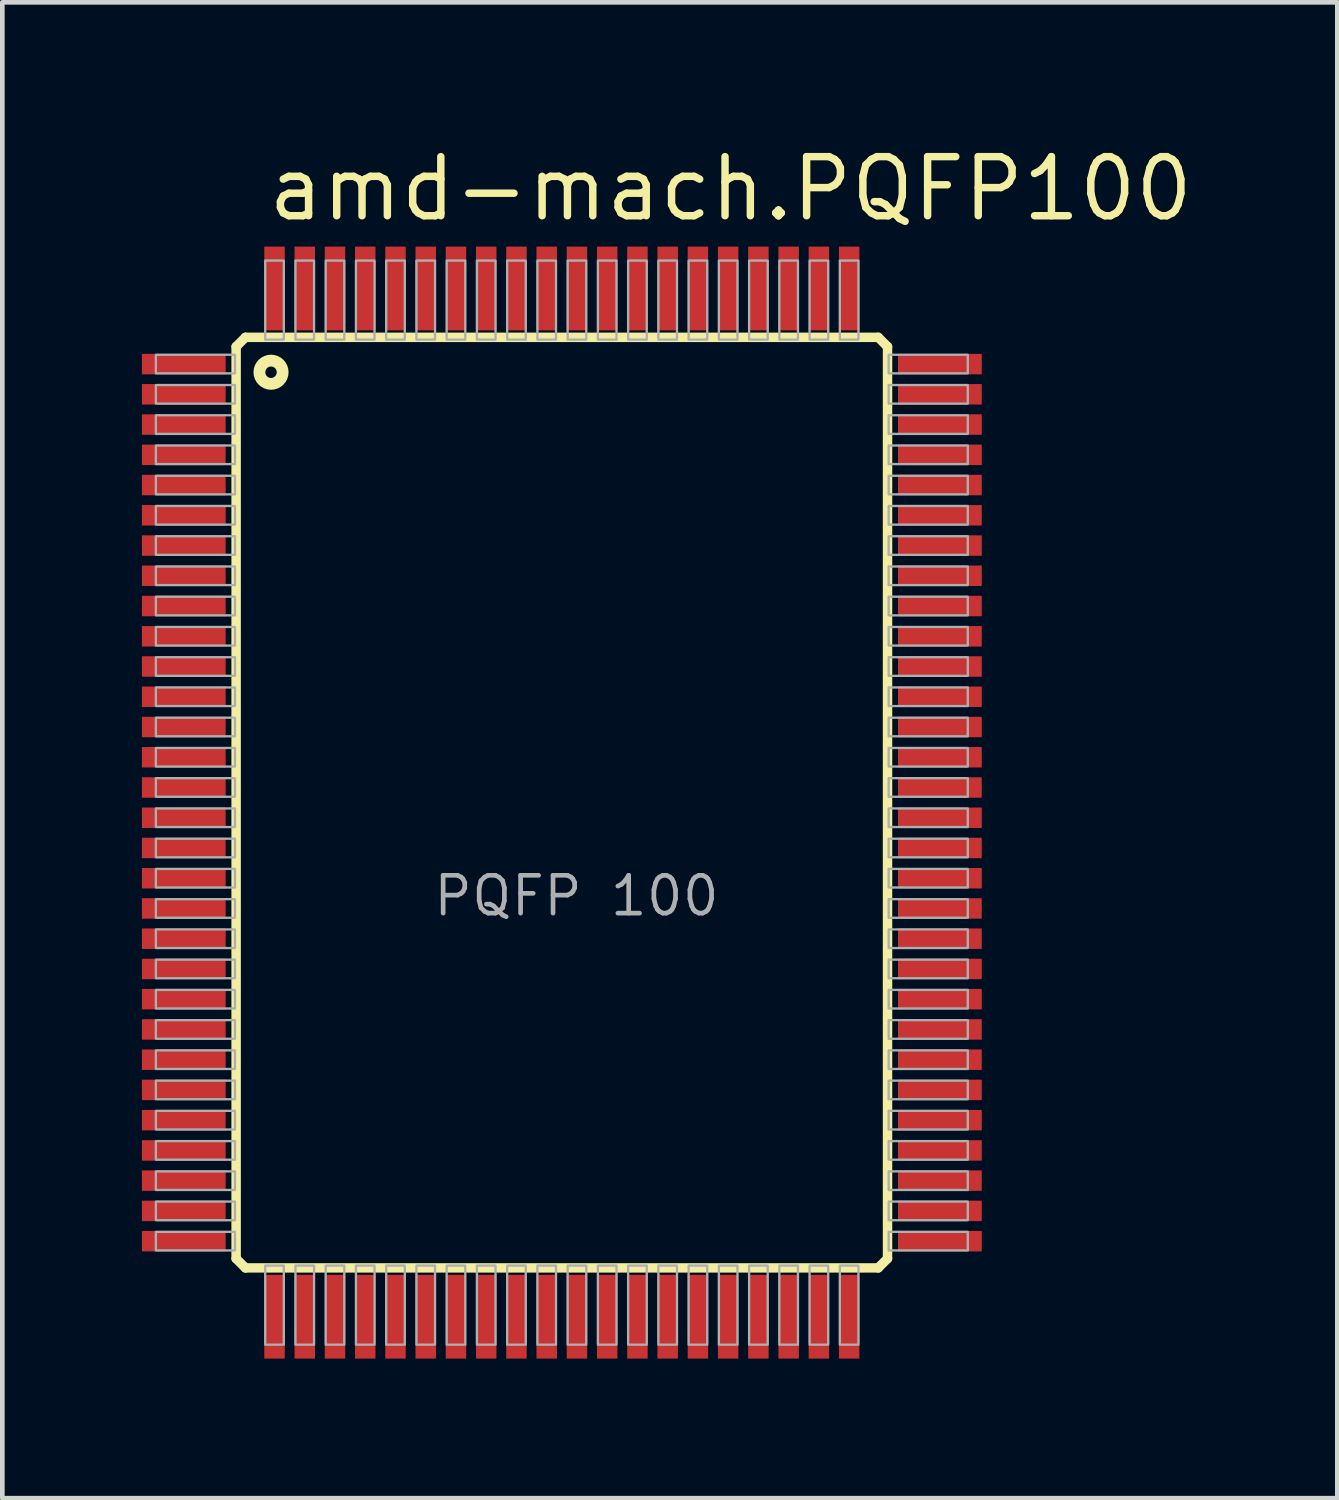
<source format=kicad_pcb>
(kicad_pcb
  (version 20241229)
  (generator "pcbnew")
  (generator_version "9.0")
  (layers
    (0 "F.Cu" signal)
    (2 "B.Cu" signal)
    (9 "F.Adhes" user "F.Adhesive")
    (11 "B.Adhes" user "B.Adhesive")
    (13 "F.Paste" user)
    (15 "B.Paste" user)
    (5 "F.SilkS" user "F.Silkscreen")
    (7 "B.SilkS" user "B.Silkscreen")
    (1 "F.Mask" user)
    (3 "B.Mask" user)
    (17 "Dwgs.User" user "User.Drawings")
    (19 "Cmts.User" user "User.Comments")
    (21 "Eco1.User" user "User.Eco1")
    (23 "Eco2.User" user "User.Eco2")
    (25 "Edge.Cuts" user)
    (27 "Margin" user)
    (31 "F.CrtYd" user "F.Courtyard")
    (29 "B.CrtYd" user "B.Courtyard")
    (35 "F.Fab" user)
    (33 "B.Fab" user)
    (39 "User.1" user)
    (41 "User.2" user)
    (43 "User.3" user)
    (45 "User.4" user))
  (footprint "amd-mach.PQFP100"
    (layer "F.Cu")
    (at 9.025 14.2)
    (property "Reference" "amd-mach.PQFP100" (at -6.395 -12.45 0) (layer "F.SilkS") (effects (font (size 1.27 1.27) (thickness 0.16)) (justify left bottom)))
    (attr smd)
    (fp_line (start -7 -9.8) (end -6.8 -10) (stroke (width 0.203) (type default)) (layer "F.SilkS"))
    (fp_line (start -7 9.8) (end -7 -9.8) (stroke (width 0.203) (type default)) (layer "F.SilkS"))
    (fp_line (start -6.8 -10) (end 6.8 -10) (stroke (width 0.203) (type default)) (layer "F.SilkS"))
    (fp_line (start -6.8 10) (end -7 9.8) (stroke (width 0.203) (type default)) (layer "F.SilkS"))
    (fp_line (start 6.8 -10) (end 7 -9.8) (stroke (width 0.203) (type default)) (layer "F.SilkS"))
    (fp_line (start 6.8 10) (end -6.8 10) (stroke (width 0.203) (type default)) (layer "F.SilkS"))
    (fp_line (start 7 -9.8) (end 7 9.8) (stroke (width 0.203) (type default)) (layer "F.SilkS"))
    (fp_line (start 7 9.8) (end 6.8 10) (stroke (width 0.203) (type default)) (layer "F.SilkS"))
    (fp_circle (center -6.25 -9.25) (end -6 -9.25) (stroke (width 0.254) (type default)) (fill no) (layer "F.SilkS"))
    (fp_rect (start -8.725 -9.225) (end -7.025 -9.625) (stroke (width 0.05) (type default)) (fill no) (layer "F.Fab"))
    (fp_rect (start -8.725 -8.575) (end -7.025 -8.975) (stroke (width 0.05) (type default)) (fill no) (layer "F.Fab"))
    (fp_rect (start -8.725 -7.925) (end -7.025 -8.325) (stroke (width 0.05) (type default)) (fill no) (layer "F.Fab"))
    (fp_rect (start -8.725 -7.275) (end -7.025 -7.675) (stroke (width 0.05) (type default)) (fill no) (layer "F.Fab"))
    (fp_rect (start -8.725 -6.625) (end -7.025 -7.025) (stroke (width 0.05) (type default)) (fill no) (layer "F.Fab"))
    (fp_rect (start -8.725 -5.975) (end -7.025 -6.375) (stroke (width 0.05) (type default)) (fill no) (layer "F.Fab"))
    (fp_rect (start -8.725 -5.325) (end -7.025 -5.725) (stroke (width 0.05) (type default)) (fill no) (layer "F.Fab"))
    (fp_rect (start -8.725 -4.675) (end -7.025 -5.075) (stroke (width 0.05) (type default)) (fill no) (layer "F.Fab"))
    (fp_rect (start -8.725 -4.025) (end -7.025 -4.425) (stroke (width 0.05) (type default)) (fill no) (layer "F.Fab"))
    (fp_rect (start -8.725 -3.375) (end -7.025 -3.775) (stroke (width 0.05) (type default)) (fill no) (layer "F.Fab"))
    (fp_rect (start -8.725 -2.725) (end -7.025 -3.125) (stroke (width 0.05) (type default)) (fill no) (layer "F.Fab"))
    (fp_rect (start -8.725 -2.075) (end -7.025 -2.475) (stroke (width 0.05) (type default)) (fill no) (layer "F.Fab"))
    (fp_rect (start -8.725 -1.425) (end -7.025 -1.825) (stroke (width 0.05) (type default)) (fill no) (layer "F.Fab"))
    (fp_rect (start -8.725 -0.775) (end -7.025 -1.175) (stroke (width 0.05) (type default)) (fill no) (layer "F.Fab"))
    (fp_rect (start -8.725 -0.125) (end -7.025 -0.525) (stroke (width 0.05) (type default)) (fill no) (layer "F.Fab"))
    (fp_rect (start -8.725 0.525) (end -7.025 0.125) (stroke (width 0.05) (type default)) (fill no) (layer "F.Fab"))
    (fp_rect (start -8.725 1.175) (end -7.025 0.775) (stroke (width 0.05) (type default)) (fill no) (layer "F.Fab"))
    (fp_rect (start -8.725 1.825) (end -7.025 1.425) (stroke (width 0.05) (type default)) (fill no) (layer "F.Fab"))
    (fp_rect (start -8.725 2.475) (end -7.025 2.075) (stroke (width 0.05) (type default)) (fill no) (layer "F.Fab"))
    (fp_rect (start -8.725 3.125) (end -7.025 2.725) (stroke (width 0.05) (type default)) (fill no) (layer "F.Fab"))
    (fp_rect (start -8.725 3.775) (end -7.025 3.375) (stroke (width 0.05) (type default)) (fill no) (layer "F.Fab"))
    (fp_rect (start -8.725 4.425) (end -7.025 4.025) (stroke (width 0.05) (type default)) (fill no) (layer "F.Fab"))
    (fp_rect (start -8.725 5.075) (end -7.025 4.675) (stroke (width 0.05) (type default)) (fill no) (layer "F.Fab"))
    (fp_rect (start -8.725 5.725) (end -7.025 5.325) (stroke (width 0.05) (type default)) (fill no) (layer "F.Fab"))
    (fp_rect (start -8.725 6.375) (end -7.025 5.975) (stroke (width 0.05) (type default)) (fill no) (layer "F.Fab"))
    (fp_rect (start -8.725 7.025) (end -7.025 6.625) (stroke (width 0.05) (type default)) (fill no) (layer "F.Fab"))
    (fp_rect (start -8.725 7.675) (end -7.025 7.275) (stroke (width 0.05) (type default)) (fill no) (layer "F.Fab"))
    (fp_rect (start -8.725 8.325) (end -7.025 7.925) (stroke (width 0.05) (type default)) (fill no) (layer "F.Fab"))
    (fp_rect (start -8.725 8.975) (end -7.025 8.575) (stroke (width 0.05) (type default)) (fill no) (layer "F.Fab"))
    (fp_rect (start -8.725 9.625) (end -7.025 9.225) (stroke (width 0.05) (type default)) (fill no) (layer "F.Fab"))
    (fp_rect (start -6.375 -9.95) (end -5.975 -11.65) (stroke (width 0.05) (type default)) (fill no) (layer "F.Fab"))
    (fp_rect (start -6.375 11.65) (end -5.975 9.95) (stroke (width 0.05) (type default)) (fill no) (layer "F.Fab"))
    (fp_rect (start -5.725 -9.95) (end -5.325 -11.65) (stroke (width 0.05) (type default)) (fill no) (layer "F.Fab"))
    (fp_rect (start -5.725 11.65) (end -5.325 9.95) (stroke (width 0.05) (type default)) (fill no) (layer "F.Fab"))
    (fp_rect (start -5.075 -9.95) (end -4.675 -11.65) (stroke (width 0.05) (type default)) (fill no) (layer "F.Fab"))
    (fp_rect (start -5.075 11.65) (end -4.675 9.95) (stroke (width 0.05) (type default)) (fill no) (layer "F.Fab"))
    (fp_rect (start -4.425 -9.95) (end -4.025 -11.65) (stroke (width 0.05) (type default)) (fill no) (layer "F.Fab"))
    (fp_rect (start -4.425 11.65) (end -4.025 9.95) (stroke (width 0.05) (type default)) (fill no) (layer "F.Fab"))
    (fp_rect (start -3.775 -9.95) (end -3.375 -11.65) (stroke (width 0.05) (type default)) (fill no) (layer "F.Fab"))
    (fp_rect (start -3.775 11.65) (end -3.375 9.95) (stroke (width 0.05) (type default)) (fill no) (layer "F.Fab"))
    (fp_rect (start -3.125 -9.95) (end -2.725 -11.65) (stroke (width 0.05) (type default)) (fill no) (layer "F.Fab"))
    (fp_rect (start -3.125 11.65) (end -2.725 9.95) (stroke (width 0.05) (type default)) (fill no) (layer "F.Fab"))
    (fp_rect (start -2.475 -9.95) (end -2.075 -11.65) (stroke (width 0.05) (type default)) (fill no) (layer "F.Fab"))
    (fp_rect (start -2.475 11.65) (end -2.075 9.95) (stroke (width 0.05) (type default)) (fill no) (layer "F.Fab"))
    (fp_rect (start -1.825 -9.95) (end -1.425 -11.65) (stroke (width 0.05) (type default)) (fill no) (layer "F.Fab"))
    (fp_rect (start -1.825 11.65) (end -1.425 9.95) (stroke (width 0.05) (type default)) (fill no) (layer "F.Fab"))
    (fp_rect (start -1.175 -9.95) (end -0.775 -11.65) (stroke (width 0.05) (type default)) (fill no) (layer "F.Fab"))
    (fp_rect (start -1.175 11.65) (end -0.775 9.95) (stroke (width 0.05) (type default)) (fill no) (layer "F.Fab"))
    (fp_rect (start -0.525 -9.95) (end -0.125 -11.65) (stroke (width 0.05) (type default)) (fill no) (layer "F.Fab"))
    (fp_rect (start -0.525 11.65) (end -0.125 9.95) (stroke (width 0.05) (type default)) (fill no) (layer "F.Fab"))
    (fp_rect (start 0.125 -9.95) (end 0.525 -11.65) (stroke (width 0.05) (type default)) (fill no) (layer "F.Fab"))
    (fp_rect (start 0.125 11.65) (end 0.525 9.95) (stroke (width 0.05) (type default)) (fill no) (layer "F.Fab"))
    (fp_rect (start 0.775 -9.95) (end 1.175 -11.65) (stroke (width 0.05) (type default)) (fill no) (layer "F.Fab"))
    (fp_rect (start 0.775 11.65) (end 1.175 9.95) (stroke (width 0.05) (type default)) (fill no) (layer "F.Fab"))
    (fp_rect (start 1.425 -9.95) (end 1.825 -11.65) (stroke (width 0.05) (type default)) (fill no) (layer "F.Fab"))
    (fp_rect (start 1.425 11.65) (end 1.825 9.95) (stroke (width 0.05) (type default)) (fill no) (layer "F.Fab"))
    (fp_rect (start 2.075 -9.95) (end 2.475 -11.65) (stroke (width 0.05) (type default)) (fill no) (layer "F.Fab"))
    (fp_rect (start 2.075 11.65) (end 2.475 9.95) (stroke (width 0.05) (type default)) (fill no) (layer "F.Fab"))
    (fp_rect (start 2.725 -9.95) (end 3.125 -11.65) (stroke (width 0.05) (type default)) (fill no) (layer "F.Fab"))
    (fp_rect (start 2.725 11.65) (end 3.125 9.95) (stroke (width 0.05) (type default)) (fill no) (layer "F.Fab"))
    (fp_rect (start 3.375 -9.95) (end 3.775 -11.65) (stroke (width 0.05) (type default)) (fill no) (layer "F.Fab"))
    (fp_rect (start 3.375 11.65) (end 3.775 9.95) (stroke (width 0.05) (type default)) (fill no) (layer "F.Fab"))
    (fp_rect (start 4.025 -9.95) (end 4.425 -11.65) (stroke (width 0.05) (type default)) (fill no) (layer "F.Fab"))
    (fp_rect (start 4.025 11.65) (end 4.425 9.95) (stroke (width 0.05) (type default)) (fill no) (layer "F.Fab"))
    (fp_rect (start 4.675 -9.95) (end 5.075 -11.65) (stroke (width 0.05) (type default)) (fill no) (layer "F.Fab"))
    (fp_rect (start 4.675 11.65) (end 5.075 9.95) (stroke (width 0.05) (type default)) (fill no) (layer "F.Fab"))
    (fp_rect (start 5.325 -9.95) (end 5.725 -11.65) (stroke (width 0.05) (type default)) (fill no) (layer "F.Fab"))
    (fp_rect (start 5.325 11.65) (end 5.725 9.95) (stroke (width 0.05) (type default)) (fill no) (layer "F.Fab"))
    (fp_rect (start 5.975 -9.95) (end 6.375 -11.65) (stroke (width 0.05) (type default)) (fill no) (layer "F.Fab"))
    (fp_rect (start 5.975 11.65) (end 6.375 9.95) (stroke (width 0.05) (type default)) (fill no) (layer "F.Fab"))
    (fp_rect (start 7.025 -9.225) (end 8.725 -9.625) (stroke (width 0.05) (type default)) (fill no) (layer "F.Fab"))
    (fp_rect (start 7.025 -8.575) (end 8.725 -8.975) (stroke (width 0.05) (type default)) (fill no) (layer "F.Fab"))
    (fp_rect (start 7.025 -7.925) (end 8.725 -8.325) (stroke (width 0.05) (type default)) (fill no) (layer "F.Fab"))
    (fp_rect (start 7.025 -7.275) (end 8.725 -7.675) (stroke (width 0.05) (type default)) (fill no) (layer "F.Fab"))
    (fp_rect (start 7.025 -6.625) (end 8.725 -7.025) (stroke (width 0.05) (type default)) (fill no) (layer "F.Fab"))
    (fp_rect (start 7.025 -5.975) (end 8.725 -6.375) (stroke (width 0.05) (type default)) (fill no) (layer "F.Fab"))
    (fp_rect (start 7.025 -5.325) (end 8.725 -5.725) (stroke (width 0.05) (type default)) (fill no) (layer "F.Fab"))
    (fp_rect (start 7.025 -4.675) (end 8.725 -5.075) (stroke (width 0.05) (type default)) (fill no) (layer "F.Fab"))
    (fp_rect (start 7.025 -4.025) (end 8.725 -4.425) (stroke (width 0.05) (type default)) (fill no) (layer "F.Fab"))
    (fp_rect (start 7.025 -3.375) (end 8.725 -3.775) (stroke (width 0.05) (type default)) (fill no) (layer "F.Fab"))
    (fp_rect (start 7.025 -2.725) (end 8.725 -3.125) (stroke (width 0.05) (type default)) (fill no) (layer "F.Fab"))
    (fp_rect (start 7.025 -2.075) (end 8.725 -2.475) (stroke (width 0.05) (type default)) (fill no) (layer "F.Fab"))
    (fp_rect (start 7.025 -1.425) (end 8.725 -1.825) (stroke (width 0.05) (type default)) (fill no) (layer "F.Fab"))
    (fp_rect (start 7.025 -0.775) (end 8.725 -1.175) (stroke (width 0.05) (type default)) (fill no) (layer "F.Fab"))
    (fp_rect (start 7.025 -0.125) (end 8.725 -0.525) (stroke (width 0.05) (type default)) (fill no) (layer "F.Fab"))
    (fp_rect (start 7.025 0.525) (end 8.725 0.125) (stroke (width 0.05) (type default)) (fill no) (layer "F.Fab"))
    (fp_rect (start 7.025 1.175) (end 8.725 0.775) (stroke (width 0.05) (type default)) (fill no) (layer "F.Fab"))
    (fp_rect (start 7.025 1.825) (end 8.725 1.425) (stroke (width 0.05) (type default)) (fill no) (layer "F.Fab"))
    (fp_rect (start 7.025 2.475) (end 8.725 2.075) (stroke (width 0.05) (type default)) (fill no) (layer "F.Fab"))
    (fp_rect (start 7.025 3.125) (end 8.725 2.725) (stroke (width 0.05) (type default)) (fill no) (layer "F.Fab"))
    (fp_rect (start 7.025 3.775) (end 8.725 3.375) (stroke (width 0.05) (type default)) (fill no) (layer "F.Fab"))
    (fp_rect (start 7.025 4.425) (end 8.725 4.025) (stroke (width 0.05) (type default)) (fill no) (layer "F.Fab"))
    (fp_rect (start 7.025 5.075) (end 8.725 4.675) (stroke (width 0.05) (type default)) (fill no) (layer "F.Fab"))
    (fp_rect (start 7.025 5.725) (end 8.725 5.325) (stroke (width 0.05) (type default)) (fill no) (layer "F.Fab"))
    (fp_rect (start 7.025 6.375) (end 8.725 5.975) (stroke (width 0.05) (type default)) (fill no) (layer "F.Fab"))
    (fp_rect (start 7.025 7.025) (end 8.725 6.625) (stroke (width 0.05) (type default)) (fill no) (layer "F.Fab"))
    (fp_rect (start 7.025 7.675) (end 8.725 7.275) (stroke (width 0.05) (type default)) (fill no) (layer "F.Fab"))
    (fp_rect (start 7.025 8.325) (end 8.725 7.925) (stroke (width 0.05) (type default)) (fill no) (layer "F.Fab"))
    (fp_rect (start 7.025 8.975) (end 8.725 8.575) (stroke (width 0.05) (type default)) (fill no) (layer "F.Fab"))
    (fp_rect (start 7.025 9.625) (end 8.725 9.225) (stroke (width 0.05) (type default)) (fill no) (layer "F.Fab"))
    (fp_text user "PQFP 100" (at -2.81 2.48 0) (layer "F.Fab") (effects (font (size 0.813 0.813) (thickness 0.1)) (justify left bottom)))
    (pad "1" smd roundrect (at -8.125 -9.425) (size 1.8 0.44) (layers "F.Cu" "F.Mask" "F.Paste") (roundrect_rratio 0.01))
    (pad "2" smd roundrect (at -8.125 -8.775) (size 1.8 0.44) (layers "F.Cu" "F.Mask" "F.Paste") (roundrect_rratio 0.01))
    (pad "3" smd roundrect (at -8.125 -8.125) (size 1.8 0.44) (layers "F.Cu" "F.Mask" "F.Paste") (roundrect_rratio 0.01))
    (pad "4" smd roundrect (at -8.125 -7.475) (size 1.8 0.44) (layers "F.Cu" "F.Mask" "F.Paste") (roundrect_rratio 0.01))
    (pad "5" smd roundrect (at -8.125 -6.825) (size 1.8 0.44) (layers "F.Cu" "F.Mask" "F.Paste") (roundrect_rratio 0.01))
    (pad "6" smd roundrect (at -8.125 -6.175) (size 1.8 0.44) (layers "F.Cu" "F.Mask" "F.Paste") (roundrect_rratio 0.01))
    (pad "7" smd roundrect (at -8.125 -5.525) (size 1.8 0.44) (layers "F.Cu" "F.Mask" "F.Paste") (roundrect_rratio 0.01))
    (pad "8" smd roundrect (at -8.125 -4.875) (size 1.8 0.44) (layers "F.Cu" "F.Mask" "F.Paste") (roundrect_rratio 0.01))
    (pad "9" smd roundrect (at -8.125 -4.225) (size 1.8 0.44) (layers "F.Cu" "F.Mask" "F.Paste") (roundrect_rratio 0.01))
    (pad "10" smd roundrect (at -8.125 -3.575) (size 1.8 0.44) (layers "F.Cu" "F.Mask" "F.Paste") (roundrect_rratio 0.01))
    (pad "11" smd roundrect (at -8.125 -2.925) (size 1.8 0.44) (layers "F.Cu" "F.Mask" "F.Paste") (roundrect_rratio 0.01))
    (pad "12" smd roundrect (at -8.125 -2.275) (size 1.8 0.44) (layers "F.Cu" "F.Mask" "F.Paste") (roundrect_rratio 0.01))
    (pad "13" smd roundrect (at -8.125 -1.625) (size 1.8 0.44) (layers "F.Cu" "F.Mask" "F.Paste") (roundrect_rratio 0.01))
    (pad "14" smd roundrect (at -8.125 -0.975) (size 1.8 0.44) (layers "F.Cu" "F.Mask" "F.Paste") (roundrect_rratio 0.01))
    (pad "15" smd roundrect (at -8.125 -0.325) (size 1.8 0.44) (layers "F.Cu" "F.Mask" "F.Paste") (roundrect_rratio 0.01))
    (pad "16" smd roundrect (at -8.125 0.325) (size 1.8 0.44) (layers "F.Cu" "F.Mask" "F.Paste") (roundrect_rratio 0.01))
    (pad "17" smd roundrect (at -8.125 0.975) (size 1.8 0.44) (layers "F.Cu" "F.Mask" "F.Paste") (roundrect_rratio 0.01))
    (pad "18" smd roundrect (at -8.125 1.625) (size 1.8 0.44) (layers "F.Cu" "F.Mask" "F.Paste") (roundrect_rratio 0.01))
    (pad "19" smd roundrect (at -8.125 2.275) (size 1.8 0.44) (layers "F.Cu" "F.Mask" "F.Paste") (roundrect_rratio 0.01))
    (pad "20" smd roundrect (at -8.125 2.925) (size 1.8 0.44) (layers "F.Cu" "F.Mask" "F.Paste") (roundrect_rratio 0.01))
    (pad "21" smd roundrect (at -8.125 3.575) (size 1.8 0.44) (layers "F.Cu" "F.Mask" "F.Paste") (roundrect_rratio 0.01))
    (pad "22" smd roundrect (at -8.125 4.225) (size 1.8 0.44) (layers "F.Cu" "F.Mask" "F.Paste") (roundrect_rratio 0.01))
    (pad "23" smd roundrect (at -8.125 4.875) (size 1.8 0.44) (layers "F.Cu" "F.Mask" "F.Paste") (roundrect_rratio 0.01))
    (pad "24" smd roundrect (at -8.125 5.525) (size 1.8 0.44) (layers "F.Cu" "F.Mask" "F.Paste") (roundrect_rratio 0.01))
    (pad "25" smd roundrect (at -8.125 6.175) (size 1.8 0.44) (layers "F.Cu" "F.Mask" "F.Paste") (roundrect_rratio 0.01))
    (pad "26" smd roundrect (at -8.125 6.825) (size 1.8 0.44) (layers "F.Cu" "F.Mask" "F.Paste") (roundrect_rratio 0.01))
    (pad "27" smd roundrect (at -8.125 7.475) (size 1.8 0.44) (layers "F.Cu" "F.Mask" "F.Paste") (roundrect_rratio 0.01))
    (pad "28" smd roundrect (at -8.125 8.125) (size 1.8 0.44) (layers "F.Cu" "F.Mask" "F.Paste") (roundrect_rratio 0.01))
    (pad "29" smd roundrect (at -8.125 8.775) (size 1.8 0.44) (layers "F.Cu" "F.Mask" "F.Paste") (roundrect_rratio 0.01))
    (pad "30" smd roundrect (at -8.125 9.425) (size 1.8 0.44) (layers "F.Cu" "F.Mask" "F.Paste") (roundrect_rratio 0.01))
    (pad "31" smd roundrect (at -6.175 11.05) (size 0.44 1.8) (layers "F.Cu" "F.Mask" "F.Paste") (roundrect_rratio 0.01))
    (pad "32" smd roundrect (at -5.525 11.05) (size 0.44 1.8) (layers "F.Cu" "F.Mask" "F.Paste") (roundrect_rratio 0.01))
    (pad "33" smd roundrect (at -4.875 11.05) (size 0.44 1.8) (layers "F.Cu" "F.Mask" "F.Paste") (roundrect_rratio 0.01))
    (pad "34" smd roundrect (at -4.225 11.05) (size 0.44 1.8) (layers "F.Cu" "F.Mask" "F.Paste") (roundrect_rratio 0.01))
    (pad "35" smd roundrect (at -3.575 11.05) (size 0.44 1.8) (layers "F.Cu" "F.Mask" "F.Paste") (roundrect_rratio 0.01))
    (pad "36" smd roundrect (at -2.925 11.05) (size 0.44 1.8) (layers "F.Cu" "F.Mask" "F.Paste") (roundrect_rratio 0.01))
    (pad "37" smd roundrect (at -2.275 11.05) (size 0.44 1.8) (layers "F.Cu" "F.Mask" "F.Paste") (roundrect_rratio 0.01))
    (pad "38" smd roundrect (at -1.625 11.05) (size 0.44 1.8) (layers "F.Cu" "F.Mask" "F.Paste") (roundrect_rratio 0.01))
    (pad "39" smd roundrect (at -0.975 11.05) (size 0.44 1.8) (layers "F.Cu" "F.Mask" "F.Paste") (roundrect_rratio 0.01))
    (pad "40" smd roundrect (at -0.325 11.05) (size 0.44 1.8) (layers "F.Cu" "F.Mask" "F.Paste") (roundrect_rratio 0.01))
    (pad "41" smd roundrect (at 0.325 11.05) (size 0.44 1.8) (layers "F.Cu" "F.Mask" "F.Paste") (roundrect_rratio 0.01))
    (pad "42" smd roundrect (at 0.975 11.05) (size 0.44 1.8) (layers "F.Cu" "F.Mask" "F.Paste") (roundrect_rratio 0.01))
    (pad "43" smd roundrect (at 1.625 11.05) (size 0.44 1.8) (layers "F.Cu" "F.Mask" "F.Paste") (roundrect_rratio 0.01))
    (pad "44" smd roundrect (at 2.275 11.05) (size 0.44 1.8) (layers "F.Cu" "F.Mask" "F.Paste") (roundrect_rratio 0.01))
    (pad "45" smd roundrect (at 2.925 11.05) (size 0.44 1.8) (layers "F.Cu" "F.Mask" "F.Paste") (roundrect_rratio 0.01))
    (pad "46" smd roundrect (at 3.575 11.05) (size 0.44 1.8) (layers "F.Cu" "F.Mask" "F.Paste") (roundrect_rratio 0.01))
    (pad "47" smd roundrect (at 4.225 11.05) (size 0.44 1.8) (layers "F.Cu" "F.Mask" "F.Paste") (roundrect_rratio 0.01))
    (pad "48" smd roundrect (at 4.875 11.05) (size 0.44 1.8) (layers "F.Cu" "F.Mask" "F.Paste") (roundrect_rratio 0.01))
    (pad "49" smd roundrect (at 5.525 11.05) (size 0.44 1.8) (layers "F.Cu" "F.Mask" "F.Paste") (roundrect_rratio 0.01))
    (pad "50" smd roundrect (at 6.175 11.05) (size 0.44 1.8) (layers "F.Cu" "F.Mask" "F.Paste") (roundrect_rratio 0.01))
    (pad "51" smd roundrect (at 8.125 9.425) (size 1.8 0.44) (layers "F.Cu" "F.Mask" "F.Paste") (roundrect_rratio 0.01))
    (pad "52" smd roundrect (at 8.125 8.775) (size 1.8 0.44) (layers "F.Cu" "F.Mask" "F.Paste") (roundrect_rratio 0.01))
    (pad "53" smd roundrect (at 8.125 8.125) (size 1.8 0.44) (layers "F.Cu" "F.Mask" "F.Paste") (roundrect_rratio 0.01))
    (pad "54" smd roundrect (at 8.125 7.475) (size 1.8 0.44) (layers "F.Cu" "F.Mask" "F.Paste") (roundrect_rratio 0.01))
    (pad "55" smd roundrect (at 8.125 6.825) (size 1.8 0.44) (layers "F.Cu" "F.Mask" "F.Paste") (roundrect_rratio 0.01))
    (pad "56" smd roundrect (at 8.125 6.175) (size 1.8 0.44) (layers "F.Cu" "F.Mask" "F.Paste") (roundrect_rratio 0.01))
    (pad "57" smd roundrect (at 8.125 5.525) (size 1.8 0.44) (layers "F.Cu" "F.Mask" "F.Paste") (roundrect_rratio 0.01))
    (pad "58" smd roundrect (at 8.125 4.875) (size 1.8 0.44) (layers "F.Cu" "F.Mask" "F.Paste") (roundrect_rratio 0.01))
    (pad "59" smd roundrect (at 8.125 4.225) (size 1.8 0.44) (layers "F.Cu" "F.Mask" "F.Paste") (roundrect_rratio 0.01))
    (pad "60" smd roundrect (at 8.125 3.575) (size 1.8 0.44) (layers "F.Cu" "F.Mask" "F.Paste") (roundrect_rratio 0.01))
    (pad "61" smd roundrect (at 8.125 2.925) (size 1.8 0.44) (layers "F.Cu" "F.Mask" "F.Paste") (roundrect_rratio 0.01))
    (pad "62" smd roundrect (at 8.125 2.275) (size 1.8 0.44) (layers "F.Cu" "F.Mask" "F.Paste") (roundrect_rratio 0.01))
    (pad "63" smd roundrect (at 8.125 1.625) (size 1.8 0.44) (layers "F.Cu" "F.Mask" "F.Paste") (roundrect_rratio 0.01))
    (pad "64" smd roundrect (at 8.125 0.975) (size 1.8 0.44) (layers "F.Cu" "F.Mask" "F.Paste") (roundrect_rratio 0.01))
    (pad "65" smd roundrect (at 8.125 0.325) (size 1.8 0.44) (layers "F.Cu" "F.Mask" "F.Paste") (roundrect_rratio 0.01))
    (pad "66" smd roundrect (at 8.125 -0.325) (size 1.8 0.44) (layers "F.Cu" "F.Mask" "F.Paste") (roundrect_rratio 0.01))
    (pad "67" smd roundrect (at 8.125 -0.975) (size 1.8 0.44) (layers "F.Cu" "F.Mask" "F.Paste") (roundrect_rratio 0.01))
    (pad "68" smd roundrect (at 8.125 -1.625) (size 1.8 0.44) (layers "F.Cu" "F.Mask" "F.Paste") (roundrect_rratio 0.01))
    (pad "69" smd roundrect (at 8.125 -2.275) (size 1.8 0.44) (layers "F.Cu" "F.Mask" "F.Paste") (roundrect_rratio 0.01))
    (pad "70" smd roundrect (at 8.125 -2.925) (size 1.8 0.44) (layers "F.Cu" "F.Mask" "F.Paste") (roundrect_rratio 0.01))
    (pad "71" smd roundrect (at 8.125 -3.575) (size 1.8 0.44) (layers "F.Cu" "F.Mask" "F.Paste") (roundrect_rratio 0.01))
    (pad "72" smd roundrect (at 8.125 -4.225) (size 1.8 0.44) (layers "F.Cu" "F.Mask" "F.Paste") (roundrect_rratio 0.01))
    (pad "73" smd roundrect (at 8.125 -4.875) (size 1.8 0.44) (layers "F.Cu" "F.Mask" "F.Paste") (roundrect_rratio 0.01))
    (pad "74" smd roundrect (at 8.125 -5.525) (size 1.8 0.44) (layers "F.Cu" "F.Mask" "F.Paste") (roundrect_rratio 0.01))
    (pad "75" smd roundrect (at 8.125 -6.175) (size 1.8 0.44) (layers "F.Cu" "F.Mask" "F.Paste") (roundrect_rratio 0.01))
    (pad "76" smd roundrect (at 8.125 -6.825) (size 1.8 0.44) (layers "F.Cu" "F.Mask" "F.Paste") (roundrect_rratio 0.01))
    (pad "77" smd roundrect (at 8.125 -7.475) (size 1.8 0.44) (layers "F.Cu" "F.Mask" "F.Paste") (roundrect_rratio 0.01))
    (pad "78" smd roundrect (at 8.125 -8.125) (size 1.8 0.44) (layers "F.Cu" "F.Mask" "F.Paste") (roundrect_rratio 0.01))
    (pad "79" smd roundrect (at 8.125 -8.775) (size 1.8 0.44) (layers "F.Cu" "F.Mask" "F.Paste") (roundrect_rratio 0.01))
    (pad "80" smd roundrect (at 8.125 -9.425) (size 1.8 0.44) (layers "F.Cu" "F.Mask" "F.Paste") (roundrect_rratio 0.01))
    (pad "81" smd roundrect (at 6.175 -11.05) (size 0.44 1.8) (layers "F.Cu" "F.Mask" "F.Paste") (roundrect_rratio 0.01))
    (pad "82" smd roundrect (at 5.525 -11.05) (size 0.44 1.8) (layers "F.Cu" "F.Mask" "F.Paste") (roundrect_rratio 0.01))
    (pad "83" smd roundrect (at 4.875 -11.05) (size 0.44 1.8) (layers "F.Cu" "F.Mask" "F.Paste") (roundrect_rratio 0.01))
    (pad "84" smd roundrect (at 4.225 -11.05) (size 0.44 1.8) (layers "F.Cu" "F.Mask" "F.Paste") (roundrect_rratio 0.01))
    (pad "85" smd roundrect (at 3.575 -11.05) (size 0.44 1.8) (layers "F.Cu" "F.Mask" "F.Paste") (roundrect_rratio 0.01))
    (pad "86" smd roundrect (at 2.925 -11.05) (size 0.44 1.8) (layers "F.Cu" "F.Mask" "F.Paste") (roundrect_rratio 0.01))
    (pad "87" smd roundrect (at 2.275 -11.05) (size 0.44 1.8) (layers "F.Cu" "F.Mask" "F.Paste") (roundrect_rratio 0.01))
    (pad "88" smd roundrect (at 1.625 -11.05) (size 0.44 1.8) (layers "F.Cu" "F.Mask" "F.Paste") (roundrect_rratio 0.01))
    (pad "89" smd roundrect (at 0.975 -11.05) (size 0.44 1.8) (layers "F.Cu" "F.Mask" "F.Paste") (roundrect_rratio 0.01))
    (pad "90" smd roundrect (at 0.325 -11.05) (size 0.44 1.8) (layers "F.Cu" "F.Mask" "F.Paste") (roundrect_rratio 0.01))
    (pad "91" smd roundrect (at -0.325 -11.05) (size 0.44 1.8) (layers "F.Cu" "F.Mask" "F.Paste") (roundrect_rratio 0.01))
    (pad "92" smd roundrect (at -0.975 -11.05) (size 0.44 1.8) (layers "F.Cu" "F.Mask" "F.Paste") (roundrect_rratio 0.01))
    (pad "93" smd roundrect (at -1.625 -11.05) (size 0.44 1.8) (layers "F.Cu" "F.Mask" "F.Paste") (roundrect_rratio 0.01))
    (pad "94" smd roundrect (at -2.275 -11.05) (size 0.44 1.8) (layers "F.Cu" "F.Mask" "F.Paste") (roundrect_rratio 0.01))
    (pad "95" smd roundrect (at -2.925 -11.05) (size 0.44 1.8) (layers "F.Cu" "F.Mask" "F.Paste") (roundrect_rratio 0.01))
    (pad "96" smd roundrect (at -3.575 -11.05) (size 0.44 1.8) (layers "F.Cu" "F.Mask" "F.Paste") (roundrect_rratio 0.01))
    (pad "97" smd roundrect (at -4.225 -11.05) (size 0.44 1.8) (layers "F.Cu" "F.Mask" "F.Paste") (roundrect_rratio 0.01))
    (pad "98" smd roundrect (at -4.875 -11.05) (size 0.44 1.8) (layers "F.Cu" "F.Mask" "F.Paste") (roundrect_rratio 0.01))
    (pad "99" smd roundrect (at -5.525 -11.05) (size 0.44 1.8) (layers "F.Cu" "F.Mask" "F.Paste") (roundrect_rratio 0.01))
    (pad "100" smd roundrect (at -6.175 -11.05) (size 0.44 1.8) (layers "F.Cu" "F.Mask" "F.Paste") (roundrect_rratio 0.01)))
  (gr_rect
    (start -3 -3)
    (end 25.692 29.15)
    (stroke (width 0.1) (type default))
    (fill no)
    (layer "Edge.Cuts")))
</source>
